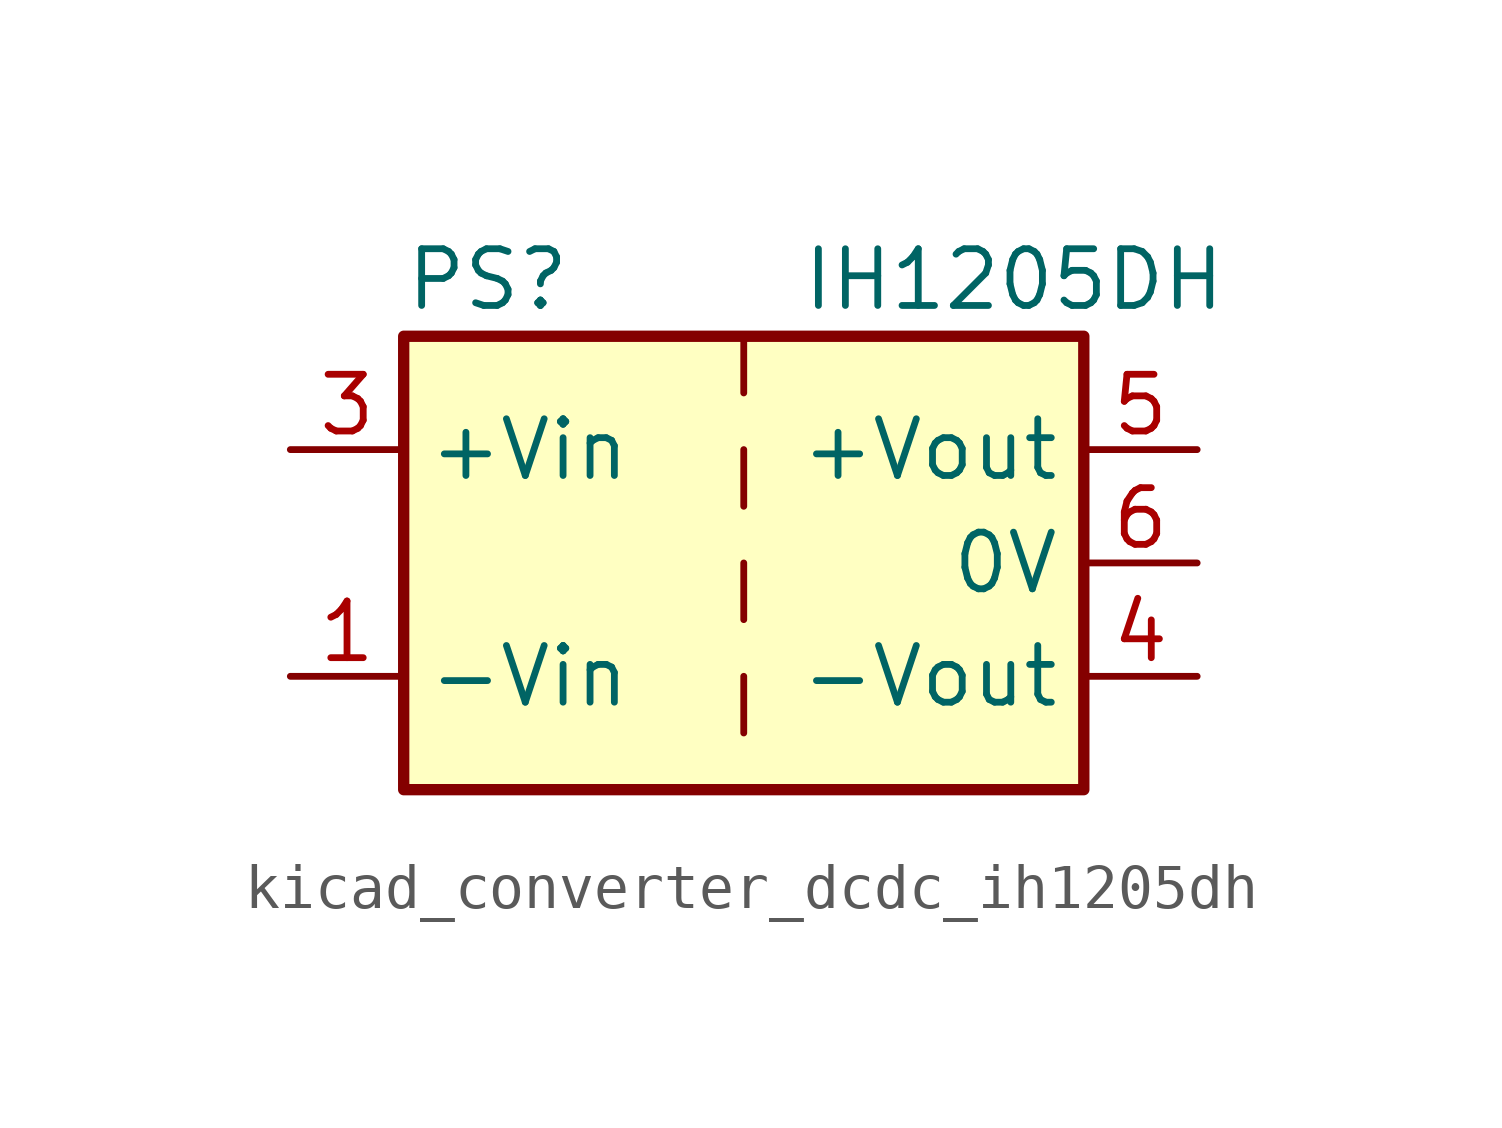
<source format=kicad_sym>
(kicad_symbol_lib
  (version 20220914)
  (generator kicad_symbol_editor)
  (symbol "kicad_converter_dcdc_ih1205dh"
    (property "Reference" "PS"
      (at -7.62 6.35 0)
      (effects (font (size 1.27 1.27)) (justify left)))
    (property "Value" "IH1205DH"
      (at 1.27 6.35 0)
      (effects (font (size 1.27 1.27)) (justify left)))
    (symbol "kicad_converter_dcdc_ih1205dh_0_0"
      (pin power_in line (at -10.16 -2.54 0) (length 2.54) (name "-Vin" (effects (font (size 1.27 1.27)))) (number "1" (effects (font (size 1.27 1.27)))))
      (pin power_in line (at -10.16 2.54 0) (length 2.54) (name "+Vin" (effects (font (size 1.27 1.27)))) (number "3" (effects (font (size 1.27 1.27)))))
      (pin power_out line (at 10.16 -2.54 180) (length 2.54) (name "-Vout" (effects (font (size 1.27 1.27)))) (number "4" (effects (font (size 1.27 1.27)))))
      (pin power_out line (at 10.16 2.54 180) (length 2.54) (name "+Vout" (effects (font (size 1.27 1.27)))) (number "5" (effects (font (size 1.27 1.27)))))
      (pin power_out line (at 10.16 0 180) (length 2.54) (name "0V" (effects (font (size 1.27 1.27)))) (number "6" (effects (font (size 1.27 1.27))))))
    (symbol "kicad_converter_dcdc_ih1205dh_0_1"
      (rectangle (start -7.62 5.08) (end 7.62 -5.08) (stroke (width 0.254) (type default)) (fill (type background)))
      (polyline (pts (xy 0 -2.54) (xy 0 -3.81)) (stroke (width 0) (type default)) (fill (type none)))
      (polyline (pts (xy 0 0) (xy 0 -1.27)) (stroke (width 0) (type default)) (fill (type none)))
      (polyline (pts (xy 0 2.54) (xy 0 1.27)) (stroke (width 0) (type default)) (fill (type none)))
      (polyline (pts (xy 0 5.08) (xy 0 3.81)) (stroke (width 0) (type default)) (fill (type none))))
    (symbol "kicad_converter_dcdc_ih1205dh_1_1"
      (pin no_connect line (at 0 -5.08 90) (length 2.54) hide (name "NC" (effects (font (size 1.27 1.27)))) (number "2" (effects (font (size 1.27 1.27))))))))
</source>
